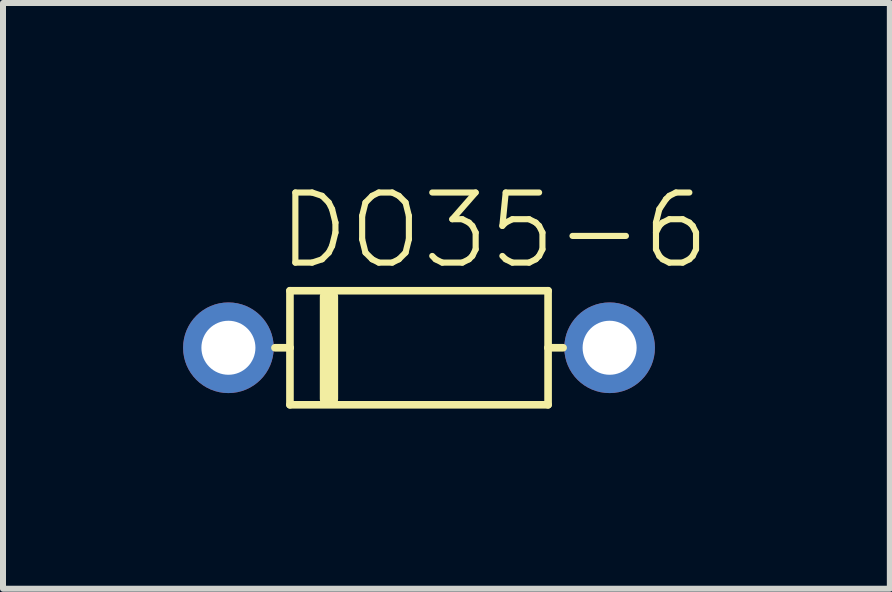
<source format=kicad_pcb>
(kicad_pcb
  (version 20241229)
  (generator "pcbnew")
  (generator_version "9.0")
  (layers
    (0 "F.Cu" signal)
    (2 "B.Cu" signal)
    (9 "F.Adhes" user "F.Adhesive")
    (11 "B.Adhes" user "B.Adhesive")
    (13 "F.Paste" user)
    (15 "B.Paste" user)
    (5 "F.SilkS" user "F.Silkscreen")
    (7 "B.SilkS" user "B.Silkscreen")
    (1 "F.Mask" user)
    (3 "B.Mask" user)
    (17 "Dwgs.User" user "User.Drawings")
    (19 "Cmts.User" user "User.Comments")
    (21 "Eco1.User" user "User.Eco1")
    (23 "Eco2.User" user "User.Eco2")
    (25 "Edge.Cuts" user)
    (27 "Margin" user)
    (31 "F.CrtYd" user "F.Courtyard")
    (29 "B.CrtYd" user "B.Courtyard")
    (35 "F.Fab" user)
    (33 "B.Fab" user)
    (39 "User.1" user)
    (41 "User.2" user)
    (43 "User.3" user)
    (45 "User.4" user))
  (footprint "DO35-6"
    (layer "F.Cu")
    (at 3.93 2.743)
    (property "Reference" "DO35-6" (at -2.405 -1.27 0) (layer "F.SilkS") (effects (font (size 1.168 1.168) (thickness 0.102)) (justify left bottom)))
    (fp_line (start -2.15 -0.95) (end 2.15 -0.95) (stroke (width 0.127) (type solid)) (layer "F.SilkS"))
    (fp_line (start -2.15 0) (end -2.4 0) (stroke (width 0.127) (type solid)) (layer "F.SilkS"))
    (fp_line (start -2.15 0) (end -2.15 -0.95) (stroke (width 0.127) (type solid)) (layer "F.SilkS"))
    (fp_line (start -2.15 0.95) (end -2.15 0) (stroke (width 0.127) (type solid)) (layer "F.SilkS"))
    (fp_line (start -1.5 -0.85) (end -1.5 0.85) (stroke (width 0.305) (type solid)) (layer "F.SilkS"))
    (fp_line (start 2.15 -0.95) (end 2.15 0) (stroke (width 0.127) (type solid)) (layer "F.SilkS"))
    (fp_line (start 2.15 0) (end 2.15 0.95) (stroke (width 0.127) (type solid)) (layer "F.SilkS"))
    (fp_line (start 2.15 0) (end 2.4 0) (stroke (width 0.127) (type solid)) (layer "F.SilkS"))
    (fp_line (start 2.15 0.95) (end -2.15 0.95) (stroke (width 0.127) (type solid)) (layer "F.SilkS"))
    (pad "ANODE" thru_hole circle (at 3.175 0) (size 1.51 1.51) (drill 0.9) (layers "*.Cu" "*.Mask"))
    (pad "CATHODE" thru_hole circle (at -3.175 0) (size 1.51 1.51) (drill 0.9) (layers "*.Cu" "*.Mask")))
  (gr_rect
    (start -3 -3)
    (end 11.773 6.757)
    (stroke (width 0.1) (type default))
    (fill no)
    (layer "Edge.Cuts")))
</source>
